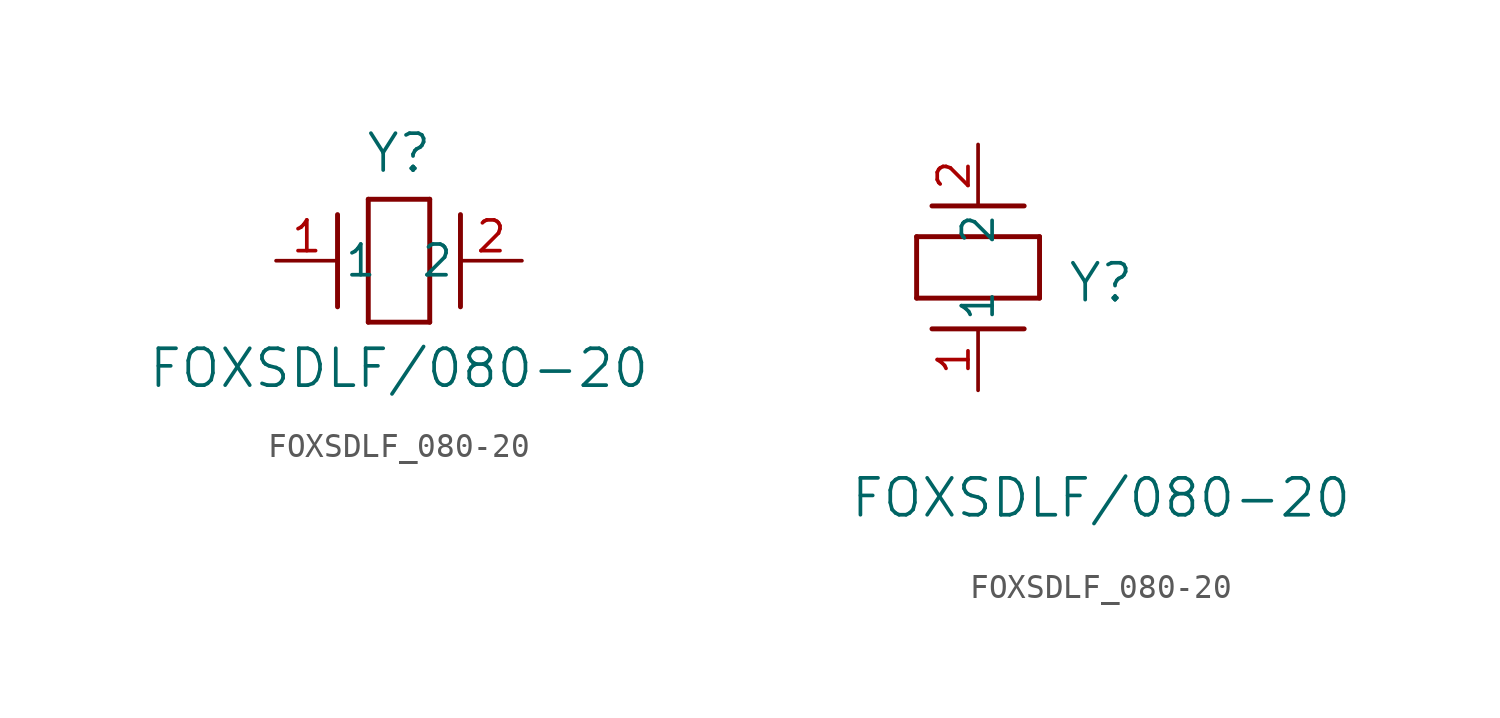
<source format=kicad_sym>
(kicad_symbol_lib
  (version 20211014)
  (generator kicad_symbol_editor)
  (symbol "FOXSDLF_080-20"
    (pin_names
      (offset 0.254))
    (property "Reference" "Y"
      (at 5.08 4.445 0)
      (effects (font (size 1.524 1.524))))
    (property "Value" "FOXSDLF/080-20"
      (at 5.08 -4.445 0)
      (effects (font (size 1.524 1.524))))
    (symbol "FOXSDLF_080-20_1_1"
      (polyline (pts (xy 2.54 -1.905) (xy 2.54 1.905)) (stroke (width 0.203) (type default) (color 0 0 0 0)) (fill (type none)))
      (polyline (pts (xy 6.35 2.54) (xy 6.35 -2.54)) (stroke (width 0.203) (type default) (color 0 0 0 0)) (fill (type none)))
      (polyline (pts (xy 7.62 -1.905) (xy 7.62 1.905)) (stroke (width 0.203) (type default) (color 0 0 0 0)) (fill (type none)))
      (polyline (pts (xy 6.35 -2.54) (xy 3.81 -2.54)) (stroke (width 0.203) (type default) (color 0 0 0 0)) (fill (type none)))
      (polyline (pts (xy 3.81 2.54) (xy 6.35 2.54)) (stroke (width 0.203) (type default) (color 0 0 0 0)) (fill (type none)))
      (polyline (pts (xy 3.81 -2.54) (xy 3.81 2.54)) (stroke (width 0.203) (type default) (color 0 0 0 0)) (fill (type none)))
      (pin unspecified line (at 10.16 0 180) (length 2.54) (name "2" (effects (font (size 1.27 1.27)))) (number "2" (effects (font (size 1.27 1.27)))))
      (pin unspecified line (at 0 0 0) (length 2.54) (name "1" (effects (font (size 1.27 1.27)))) (number "1" (effects (font (size 1.27 1.27))))))
    (symbol "FOXSDLF_080-20_1_2"
      (polyline (pts (xy 1.905 7.62) (xy -1.905 7.62)) (stroke (width 0.203) (type default) (color 0 0 0 0)) (fill (type none)))
      (polyline (pts (xy -2.54 3.81) (xy -2.54 6.35)) (stroke (width 0.203) (type default) (color 0 0 0 0)) (fill (type none)))
      (polyline (pts (xy 1.905 2.54) (xy -1.905 2.54)) (stroke (width 0.203) (type default) (color 0 0 0 0)) (fill (type none)))
      (polyline (pts (xy 2.54 6.35) (xy 2.54 3.81)) (stroke (width 0.203) (type default) (color 0 0 0 0)) (fill (type none)))
      (polyline (pts (xy -2.54 6.35) (xy 2.54 6.35)) (stroke (width 0.203) (type default) (color 0 0 0 0)) (fill (type none)))
      (polyline (pts (xy 2.54 3.81) (xy -2.54 3.81)) (stroke (width 0.203) (type default) (color 0 0 0 0)) (fill (type none)))
      (pin unspecified line (at 0 10.16 270) (length 2.54) (name "2" (effects (font (size 1.27 1.27)))) (number "2" (effects (font (size 1.27 1.27)))))
      (pin unspecified line (at 0 0 90) (length 2.54) (name "1" (effects (font (size 1.27 1.27)))) (number "1" (effects (font (size 1.27 1.27))))))))
</source>
